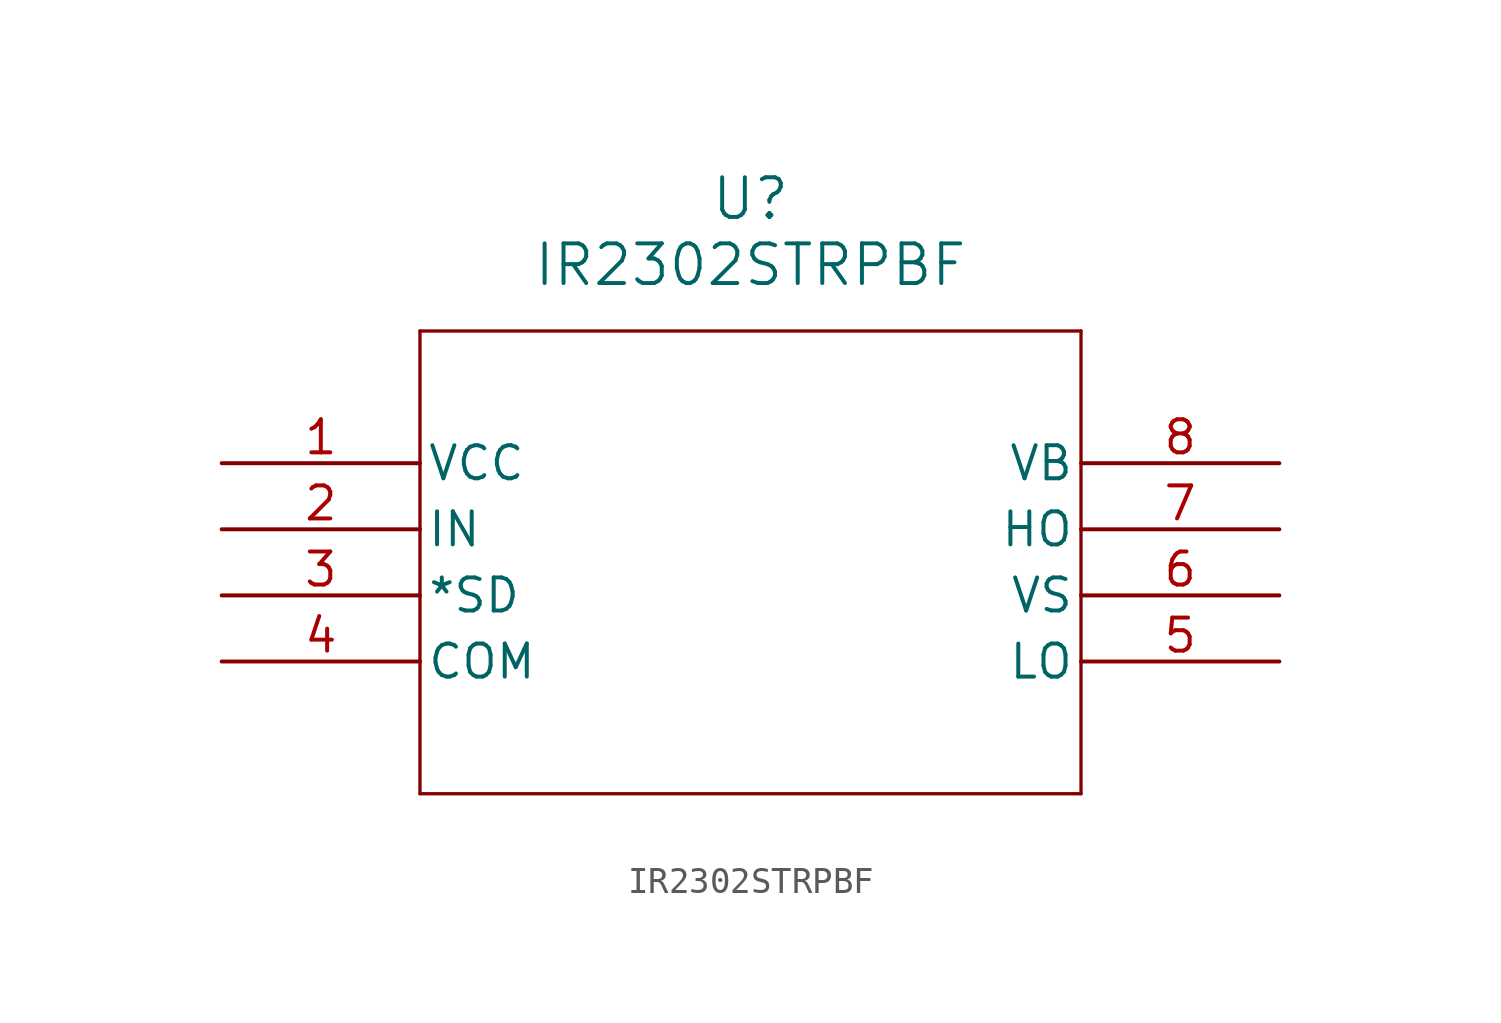
<source format=kicad_sym>
(kicad_symbol_lib
  (version 20211014)
  (generator kicad_symbol_editor)
  (symbol "IR2302STRPBF"
    (pin_names
      (offset 0.254))
    (property "Reference" "U"
      (at 20.32 10.16 0)
      (effects (font (size 1.524 1.524))))
    (property "Value" "IR2302STRPBF"
      (at 20.32 7.62 0)
      (effects (font (size 1.524 1.524))))
    (symbol "IR2302STRPBF_0_1"
      (polyline (pts (xy 7.62 5.08) (xy 7.62 -12.7)) (stroke (width 0.127) (type default) (color 0 0 0 0)) (fill (type none)))
      (polyline (pts (xy 7.62 -12.7) (xy 33.02 -12.7)) (stroke (width 0.127) (type default) (color 0 0 0 0)) (fill (type none)))
      (polyline (pts (xy 33.02 -12.7) (xy 33.02 5.08)) (stroke (width 0.127) (type default) (color 0 0 0 0)) (fill (type none)))
      (polyline (pts (xy 33.02 5.08) (xy 7.62 5.08)) (stroke (width 0.127) (type default) (color 0 0 0 0)) (fill (type none)))
      (pin power_in line (at 0 0 0) (length 7.62) (name "VCC" (effects (font (size 1.27 1.27)))) (number "1" (effects (font (size 1.27 1.27)))))
      (pin input line (at 0 -2.54 0) (length 7.62) (name "IN" (effects (font (size 1.27 1.27)))) (number "2" (effects (font (size 1.27 1.27)))))
      (pin input line (at 0 -5.08 0) (length 7.62) (name "*SD" (effects (font (size 1.27 1.27)))) (number "3" (effects (font (size 1.27 1.27)))))
      (pin power_out line (at 0 -7.62 0) (length 7.62) (name "COM" (effects (font (size 1.27 1.27)))) (number "4" (effects (font (size 1.27 1.27)))))
      (pin output line (at 40.64 -7.62 180) (length 7.62) (name "LO" (effects (font (size 1.27 1.27)))) (number "5" (effects (font (size 1.27 1.27)))))
      (pin power_in line (at 40.64 -5.08 180) (length 7.62) (name "VS" (effects (font (size 1.27 1.27)))) (number "6" (effects (font (size 1.27 1.27)))))
      (pin output line (at 40.64 -2.54 180) (length 7.62) (name "HO" (effects (font (size 1.27 1.27)))) (number "7" (effects (font (size 1.27 1.27)))))
      (pin power_in line (at 40.64 0 180) (length 7.62) (name "VB" (effects (font (size 1.27 1.27)))) (number "8" (effects (font (size 1.27 1.27))))))))
</source>
